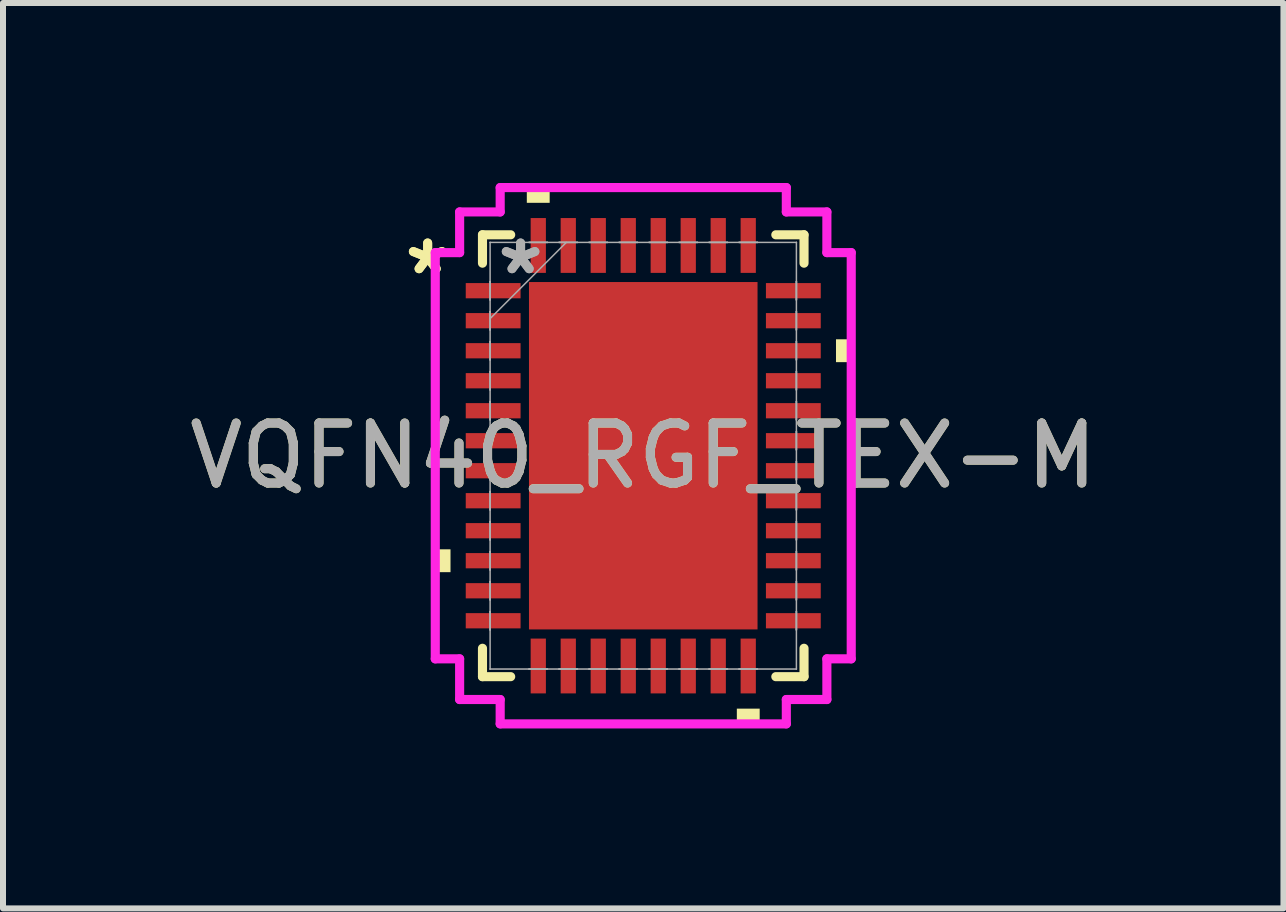
<source format=kicad_pcb>
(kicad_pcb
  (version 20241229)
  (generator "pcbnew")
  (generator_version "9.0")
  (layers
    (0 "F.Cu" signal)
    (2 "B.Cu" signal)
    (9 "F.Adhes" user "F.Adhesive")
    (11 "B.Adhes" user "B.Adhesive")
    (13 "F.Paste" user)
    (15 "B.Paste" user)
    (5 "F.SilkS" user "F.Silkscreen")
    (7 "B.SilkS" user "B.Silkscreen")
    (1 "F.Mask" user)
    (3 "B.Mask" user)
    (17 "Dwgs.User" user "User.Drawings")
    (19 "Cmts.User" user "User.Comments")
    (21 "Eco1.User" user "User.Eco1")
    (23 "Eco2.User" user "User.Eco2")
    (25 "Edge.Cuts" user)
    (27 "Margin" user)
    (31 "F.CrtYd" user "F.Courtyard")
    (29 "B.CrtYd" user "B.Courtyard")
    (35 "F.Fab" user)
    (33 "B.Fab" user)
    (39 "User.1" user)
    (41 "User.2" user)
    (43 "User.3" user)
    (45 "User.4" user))
  (footprint "VQFN40_RGF_TEX-M"
    (layer "F.Cu")
    (at 7.673 4.547)
    (property "Reference" "VQFN40_RGF_TEX-M" (at 0 0 0) (unlocked yes) (layer "F.SilkS") (effects (font (size 1 1) (thickness 0.15))))
    (attr smd)
    (fp_line (start -2.68 -3.683) (end -2.68 -3.21) (stroke (width 0.152) (type solid)) (layer "F.SilkS"))
    (fp_line (start -2.68 3.21) (end -2.68 3.683) (stroke (width 0.152) (type solid)) (layer "F.SilkS"))
    (fp_line (start -2.68 3.683) (end -2.21 3.683) (stroke (width 0.152) (type solid)) (layer "F.SilkS"))
    (fp_line (start -2.21 -3.683) (end -2.68 -3.683) (stroke (width 0.152) (type solid)) (layer "F.SilkS"))
    (fp_line (start 2.21 3.683) (end 2.68 3.683) (stroke (width 0.152) (type solid)) (layer "F.SilkS"))
    (fp_line (start 2.68 -3.683) (end 2.21 -3.683) (stroke (width 0.152) (type solid)) (layer "F.SilkS"))
    (fp_line (start 2.68 -3.21) (end 2.68 -3.683) (stroke (width 0.152) (type solid)) (layer "F.SilkS"))
    (fp_line (start 2.68 3.683) (end 2.68 3.21) (stroke (width 0.152) (type solid)) (layer "F.SilkS"))
    (fp_poly (pts (xy -3.467 1.56) (xy -3.467 1.941) (xy -3.213 1.941) (xy -3.213 1.56)) (stroke (width 0) (type solid)) (fill yes) (layer "F.SilkS"))
    (fp_poly (pts (xy -1.941 -4.216) (xy -1.941 -4.47) (xy -1.56 -4.47) (xy -1.56 -4.216)) (stroke (width 0) (type solid)) (fill yes) (layer "F.SilkS"))
    (fp_poly (pts (xy 1.56 4.216) (xy 1.56 4.47) (xy 1.941 4.47) (xy 1.941 4.216)) (stroke (width 0) (type solid)) (fill yes) (layer "F.SilkS"))
    (fp_poly (pts (xy 3.467 -1.941) (xy 3.467 -1.56) (xy 3.213 -1.56) (xy 3.213 -1.941)) (stroke (width 0) (type solid)) (fill yes) (layer "F.SilkS"))
    (fp_poly (pts (xy -1.805 -2.796) (xy -1.805 -1.548) (xy -0.735 -1.548) (xy -0.735 -2.796)) (stroke (width 0) (type solid)) (fill yes) (layer "F.Paste"))
    (fp_poly (pts (xy -1.805 -1.348) (xy -1.805 -0.1) (xy -0.735 -0.1) (xy -0.735 -1.348)) (stroke (width 0) (type solid)) (fill yes) (layer "F.Paste"))
    (fp_poly (pts (xy -1.805 0.1) (xy -1.805 1.348) (xy -0.735 1.348) (xy -0.735 0.1)) (stroke (width 0) (type solid)) (fill yes) (layer "F.Paste"))
    (fp_poly (pts (xy -1.805 1.548) (xy -1.805 2.796) (xy -0.735 2.796) (xy -0.735 1.548)) (stroke (width 0) (type solid)) (fill yes) (layer "F.Paste"))
    (fp_poly (pts (xy -0.535 -2.796) (xy -0.535 -1.548) (xy 0.535 -1.548) (xy 0.535 -2.796)) (stroke (width 0) (type solid)) (fill yes) (layer "F.Paste"))
    (fp_poly (pts (xy -0.535 -1.348) (xy -0.535 -0.1) (xy 0.535 -0.1) (xy 0.535 -1.348)) (stroke (width 0) (type solid)) (fill yes) (layer "F.Paste"))
    (fp_poly (pts (xy -0.535 0.1) (xy -0.535 1.348) (xy 0.535 1.348) (xy 0.535 0.1)) (stroke (width 0) (type solid)) (fill yes) (layer "F.Paste"))
    (fp_poly (pts (xy -0.535 1.548) (xy -0.535 2.796) (xy 0.535 2.796) (xy 0.535 1.548)) (stroke (width 0) (type solid)) (fill yes) (layer "F.Paste"))
    (fp_poly (pts (xy 0.735 -2.796) (xy 0.735 -1.548) (xy 1.805 -1.548) (xy 1.805 -2.796)) (stroke (width 0) (type solid)) (fill yes) (layer "F.Paste"))
    (fp_poly (pts (xy 0.735 -1.348) (xy 0.735 -0.1) (xy 1.805 -0.1) (xy 1.805 -1.348)) (stroke (width 0) (type solid)) (fill yes) (layer "F.Paste"))
    (fp_poly (pts (xy 0.735 0.1) (xy 0.735 1.348) (xy 1.805 1.348) (xy 1.805 0.1)) (stroke (width 0) (type solid)) (fill yes) (layer "F.Paste"))
    (fp_poly (pts (xy 0.735 1.548) (xy 0.735 2.796) (xy 1.805 2.796) (xy 1.805 1.548)) (stroke (width 0) (type solid)) (fill yes) (layer "F.Paste"))
    (fp_line (start -3.467 -3.386) (end -3.061 -3.386) (stroke (width 0.152) (type solid)) (layer "F.CrtYd"))
    (fp_line (start -3.467 3.386) (end -3.467 -3.386) (stroke (width 0.152) (type solid)) (layer "F.CrtYd"))
    (fp_line (start -3.061 -4.064) (end -2.385 -4.064) (stroke (width 0.152) (type solid)) (layer "F.CrtYd"))
    (fp_line (start -3.061 -3.386) (end -3.061 -4.064) (stroke (width 0.152) (type solid)) (layer "F.CrtYd"))
    (fp_line (start -3.061 3.386) (end -3.467 3.386) (stroke (width 0.152) (type solid)) (layer "F.CrtYd"))
    (fp_line (start -3.061 4.064) (end -3.061 3.386) (stroke (width 0.152) (type solid)) (layer "F.CrtYd"))
    (fp_line (start -2.385 -4.47) (end 2.385 -4.47) (stroke (width 0.152) (type solid)) (layer "F.CrtYd"))
    (fp_line (start -2.385 -4.064) (end -2.385 -4.47) (stroke (width 0.152) (type solid)) (layer "F.CrtYd"))
    (fp_line (start -2.385 4.064) (end -3.061 4.064) (stroke (width 0.152) (type solid)) (layer "F.CrtYd"))
    (fp_line (start -2.385 4.47) (end -2.385 4.064) (stroke (width 0.152) (type solid)) (layer "F.CrtYd"))
    (fp_line (start 2.385 -4.47) (end 2.385 -4.064) (stroke (width 0.152) (type solid)) (layer "F.CrtYd"))
    (fp_line (start 2.385 -4.064) (end 3.061 -4.064) (stroke (width 0.152) (type solid)) (layer "F.CrtYd"))
    (fp_line (start 2.385 4.064) (end 2.385 4.47) (stroke (width 0.152) (type solid)) (layer "F.CrtYd"))
    (fp_line (start 2.385 4.47) (end -2.385 4.47) (stroke (width 0.152) (type solid)) (layer "F.CrtYd"))
    (fp_line (start 3.061 -4.064) (end 3.061 -3.386) (stroke (width 0.152) (type solid)) (layer "F.CrtYd"))
    (fp_line (start 3.061 -3.386) (end 3.467 -3.386) (stroke (width 0.152) (type solid)) (layer "F.CrtYd"))
    (fp_line (start 3.061 3.386) (end 3.061 4.064) (stroke (width 0.152) (type solid)) (layer "F.CrtYd"))
    (fp_line (start 3.061 4.064) (end 2.385 4.064) (stroke (width 0.152) (type solid)) (layer "F.CrtYd"))
    (fp_line (start 3.467 -3.386) (end 3.467 3.386) (stroke (width 0.152) (type solid)) (layer "F.CrtYd"))
    (fp_line (start 3.467 3.386) (end 3.061 3.386) (stroke (width 0.152) (type solid)) (layer "F.CrtYd"))
    (fp_line (start -2.553 -3.556) (end -2.553 -3.556) (stroke (width 0.025) (type solid)) (layer "F.Fab"))
    (fp_line (start -2.553 -3.556) (end -2.553 3.556) (stroke (width 0.025) (type solid)) (layer "F.Fab"))
    (fp_line (start -2.553 -2.903) (end -2.553 -2.903) (stroke (width 0.025) (type solid)) (layer "F.Fab"))
    (fp_line (start -2.553 -2.903) (end -2.553 -2.598) (stroke (width 0.025) (type solid)) (layer "F.Fab"))
    (fp_line (start -2.553 -2.598) (end -2.553 -2.903) (stroke (width 0.025) (type solid)) (layer "F.Fab"))
    (fp_line (start -2.553 -2.598) (end -2.553 -2.598) (stroke (width 0.025) (type solid)) (layer "F.Fab"))
    (fp_line (start -2.553 -2.403) (end -2.553 -2.403) (stroke (width 0.025) (type solid)) (layer "F.Fab"))
    (fp_line (start -2.553 -2.403) (end -2.553 -2.098) (stroke (width 0.025) (type solid)) (layer "F.Fab"))
    (fp_line (start -2.553 -2.286) (end -1.283 -3.556) (stroke (width 0.025) (type solid)) (layer "F.Fab"))
    (fp_line (start -2.553 -2.098) (end -2.553 -2.403) (stroke (width 0.025) (type solid)) (layer "F.Fab"))
    (fp_line (start -2.553 -2.098) (end -2.553 -2.098) (stroke (width 0.025) (type solid)) (layer "F.Fab"))
    (fp_line (start -2.553 -1.903) (end -2.553 -1.903) (stroke (width 0.025) (type solid)) (layer "F.Fab"))
    (fp_line (start -2.553 -1.903) (end -2.553 -1.598) (stroke (width 0.025) (type solid)) (layer "F.Fab"))
    (fp_line (start -2.553 -1.598) (end -2.553 -1.903) (stroke (width 0.025) (type solid)) (layer "F.Fab"))
    (fp_line (start -2.553 -1.598) (end -2.553 -1.598) (stroke (width 0.025) (type solid)) (layer "F.Fab"))
    (fp_line (start -2.553 -1.403) (end -2.553 -1.403) (stroke (width 0.025) (type solid)) (layer "F.Fab"))
    (fp_line (start -2.553 -1.403) (end -2.553 -1.098) (stroke (width 0.025) (type solid)) (layer "F.Fab"))
    (fp_line (start -2.553 -1.098) (end -2.553 -1.403) (stroke (width 0.025) (type solid)) (layer "F.Fab"))
    (fp_line (start -2.553 -1.098) (end -2.553 -1.098) (stroke (width 0.025) (type solid)) (layer "F.Fab"))
    (fp_line (start -2.553 -0.903) (end -2.553 -0.903) (stroke (width 0.025) (type solid)) (layer "F.Fab"))
    (fp_line (start -2.553 -0.903) (end -2.553 -0.598) (stroke (width 0.025) (type solid)) (layer "F.Fab"))
    (fp_line (start -2.553 -0.598) (end -2.553 -0.903) (stroke (width 0.025) (type solid)) (layer "F.Fab"))
    (fp_line (start -2.553 -0.598) (end -2.553 -0.598) (stroke (width 0.025) (type solid)) (layer "F.Fab"))
    (fp_line (start -2.553 -0.402) (end -2.553 -0.402) (stroke (width 0.025) (type solid)) (layer "F.Fab"))
    (fp_line (start -2.553 -0.402) (end -2.553 -0.098) (stroke (width 0.025) (type solid)) (layer "F.Fab"))
    (fp_line (start -2.553 -0.098) (end -2.553 -0.402) (stroke (width 0.025) (type solid)) (layer "F.Fab"))
    (fp_line (start -2.553 -0.098) (end -2.553 -0.098) (stroke (width 0.025) (type solid)) (layer "F.Fab"))
    (fp_line (start -2.553 0.098) (end -2.553 0.098) (stroke (width 0.025) (type solid)) (layer "F.Fab"))
    (fp_line (start -2.553 0.098) (end -2.553 0.402) (stroke (width 0.025) (type solid)) (layer "F.Fab"))
    (fp_line (start -2.553 0.402) (end -2.553 0.098) (stroke (width 0.025) (type solid)) (layer "F.Fab"))
    (fp_line (start -2.553 0.402) (end -2.553 0.402) (stroke (width 0.025) (type solid)) (layer "F.Fab"))
    (fp_line (start -2.553 0.598) (end -2.553 0.598) (stroke (width 0.025) (type solid)) (layer "F.Fab"))
    (fp_line (start -2.553 0.598) (end -2.553 0.903) (stroke (width 0.025) (type solid)) (layer "F.Fab"))
    (fp_line (start -2.553 0.903) (end -2.553 0.598) (stroke (width 0.025) (type solid)) (layer "F.Fab"))
    (fp_line (start -2.553 0.903) (end -2.553 0.903) (stroke (width 0.025) (type solid)) (layer "F.Fab"))
    (fp_line (start -2.553 1.098) (end -2.553 1.098) (stroke (width 0.025) (type solid)) (layer "F.Fab"))
    (fp_line (start -2.553 1.098) (end -2.553 1.403) (stroke (width 0.025) (type solid)) (layer "F.Fab"))
    (fp_line (start -2.553 1.403) (end -2.553 1.098) (stroke (width 0.025) (type solid)) (layer "F.Fab"))
    (fp_line (start -2.553 1.403) (end -2.553 1.403) (stroke (width 0.025) (type solid)) (layer "F.Fab"))
    (fp_line (start -2.553 1.598) (end -2.553 1.598) (stroke (width 0.025) (type solid)) (layer "F.Fab"))
    (fp_line (start -2.553 1.598) (end -2.553 1.903) (stroke (width 0.025) (type solid)) (layer "F.Fab"))
    (fp_line (start -2.553 1.903) (end -2.553 1.598) (stroke (width 0.025) (type solid)) (layer "F.Fab"))
    (fp_line (start -2.553 1.903) (end -2.553 1.903) (stroke (width 0.025) (type solid)) (layer "F.Fab"))
    (fp_line (start -2.553 2.098) (end -2.553 2.098) (stroke (width 0.025) (type solid)) (layer "F.Fab"))
    (fp_line (start -2.553 2.098) (end -2.553 2.403) (stroke (width 0.025) (type solid)) (layer "F.Fab"))
    (fp_line (start -2.553 2.403) (end -2.553 2.098) (stroke (width 0.025) (type solid)) (layer "F.Fab"))
    (fp_line (start -2.553 2.403) (end -2.553 2.403) (stroke (width 0.025) (type solid)) (layer "F.Fab"))
    (fp_line (start -2.553 2.598) (end -2.553 2.598) (stroke (width 0.025) (type solid)) (layer "F.Fab"))
    (fp_line (start -2.553 2.598) (end -2.553 2.903) (stroke (width 0.025) (type solid)) (layer "F.Fab"))
    (fp_line (start -2.553 2.903) (end -2.553 2.598) (stroke (width 0.025) (type solid)) (layer "F.Fab"))
    (fp_line (start -2.553 2.903) (end -2.553 2.903) (stroke (width 0.025) (type solid)) (layer "F.Fab"))
    (fp_line (start -2.553 3.556) (end -2.553 3.556) (stroke (width 0.025) (type solid)) (layer "F.Fab"))
    (fp_line (start -2.553 3.556) (end 2.553 3.556) (stroke (width 0.025) (type solid)) (layer "F.Fab"))
    (fp_line (start -1.903 -3.556) (end -1.903 -3.556) (stroke (width 0.025) (type solid)) (layer "F.Fab"))
    (fp_line (start -1.903 -3.556) (end -1.598 -3.556) (stroke (width 0.025) (type solid)) (layer "F.Fab"))
    (fp_line (start -1.903 3.556) (end -1.903 3.556) (stroke (width 0.025) (type solid)) (layer "F.Fab"))
    (fp_line (start -1.903 3.556) (end -1.598 3.556) (stroke (width 0.025) (type solid)) (layer "F.Fab"))
    (fp_line (start -1.598 -3.556) (end -1.903 -3.556) (stroke (width 0.025) (type solid)) (layer "F.Fab"))
    (fp_line (start -1.598 -3.556) (end -1.598 -3.556) (stroke (width 0.025) (type solid)) (layer "F.Fab"))
    (fp_line (start -1.598 3.556) (end -1.903 3.556) (stroke (width 0.025) (type solid)) (layer "F.Fab"))
    (fp_line (start -1.598 3.556) (end -1.598 3.556) (stroke (width 0.025) (type solid)) (layer "F.Fab"))
    (fp_line (start -1.403 -3.556) (end -1.403 -3.556) (stroke (width 0.025) (type solid)) (layer "F.Fab"))
    (fp_line (start -1.403 -3.556) (end -1.098 -3.556) (stroke (width 0.025) (type solid)) (layer "F.Fab"))
    (fp_line (start -1.403 3.556) (end -1.403 3.556) (stroke (width 0.025) (type solid)) (layer "F.Fab"))
    (fp_line (start -1.403 3.556) (end -1.098 3.556) (stroke (width 0.025) (type solid)) (layer "F.Fab"))
    (fp_line (start -1.098 -3.556) (end -1.403 -3.556) (stroke (width 0.025) (type solid)) (layer "F.Fab"))
    (fp_line (start -1.098 -3.556) (end -1.098 -3.556) (stroke (width 0.025) (type solid)) (layer "F.Fab"))
    (fp_line (start -1.098 3.556) (end -1.403 3.556) (stroke (width 0.025) (type solid)) (layer "F.Fab"))
    (fp_line (start -1.098 3.556) (end -1.098 3.556) (stroke (width 0.025) (type solid)) (layer "F.Fab"))
    (fp_line (start -0.903 -3.556) (end -0.903 -3.556) (stroke (width 0.025) (type solid)) (layer "F.Fab"))
    (fp_line (start -0.903 -3.556) (end -0.598 -3.556) (stroke (width 0.025) (type solid)) (layer "F.Fab"))
    (fp_line (start -0.903 3.556) (end -0.903 3.556) (stroke (width 0.025) (type solid)) (layer "F.Fab"))
    (fp_line (start -0.903 3.556) (end -0.598 3.556) (stroke (width 0.025) (type solid)) (layer "F.Fab"))
    (fp_line (start -0.598 -3.556) (end -0.903 -3.556) (stroke (width 0.025) (type solid)) (layer "F.Fab"))
    (fp_line (start -0.598 -3.556) (end -0.598 -3.556) (stroke (width 0.025) (type solid)) (layer "F.Fab"))
    (fp_line (start -0.598 3.556) (end -0.903 3.556) (stroke (width 0.025) (type solid)) (layer "F.Fab"))
    (fp_line (start -0.598 3.556) (end -0.598 3.556) (stroke (width 0.025) (type solid)) (layer "F.Fab"))
    (fp_line (start -0.402 -3.556) (end -0.402 -3.556) (stroke (width 0.025) (type solid)) (layer "F.Fab"))
    (fp_line (start -0.402 -3.556) (end -0.098 -3.556) (stroke (width 0.025) (type solid)) (layer "F.Fab"))
    (fp_line (start -0.402 3.556) (end -0.402 3.556) (stroke (width 0.025) (type solid)) (layer "F.Fab"))
    (fp_line (start -0.402 3.556) (end -0.098 3.556) (stroke (width 0.025) (type solid)) (layer "F.Fab"))
    (fp_line (start -0.098 -3.556) (end -0.402 -3.556) (stroke (width 0.025) (type solid)) (layer "F.Fab"))
    (fp_line (start -0.098 -3.556) (end -0.098 -3.556) (stroke (width 0.025) (type solid)) (layer "F.Fab"))
    (fp_line (start -0.098 3.556) (end -0.402 3.556) (stroke (width 0.025) (type solid)) (layer "F.Fab"))
    (fp_line (start -0.098 3.556) (end -0.098 3.556) (stroke (width 0.025) (type solid)) (layer "F.Fab"))
    (fp_line (start 0.098 -3.556) (end 0.098 -3.556) (stroke (width 0.025) (type solid)) (layer "F.Fab"))
    (fp_line (start 0.098 -3.556) (end 0.402 -3.556) (stroke (width 0.025) (type solid)) (layer "F.Fab"))
    (fp_line (start 0.098 3.556) (end 0.098 3.556) (stroke (width 0.025) (type solid)) (layer "F.Fab"))
    (fp_line (start 0.098 3.556) (end 0.402 3.556) (stroke (width 0.025) (type solid)) (layer "F.Fab"))
    (fp_line (start 0.402 -3.556) (end 0.098 -3.556) (stroke (width 0.025) (type solid)) (layer "F.Fab"))
    (fp_line (start 0.402 -3.556) (end 0.402 -3.556) (stroke (width 0.025) (type solid)) (layer "F.Fab"))
    (fp_line (start 0.402 3.556) (end 0.098 3.556) (stroke (width 0.025) (type solid)) (layer "F.Fab"))
    (fp_line (start 0.402 3.556) (end 0.402 3.556) (stroke (width 0.025) (type solid)) (layer "F.Fab"))
    (fp_line (start 0.598 -3.556) (end 0.598 -3.556) (stroke (width 0.025) (type solid)) (layer "F.Fab"))
    (fp_line (start 0.598 -3.556) (end 0.903 -3.556) (stroke (width 0.025) (type solid)) (layer "F.Fab"))
    (fp_line (start 0.598 3.556) (end 0.598 3.556) (stroke (width 0.025) (type solid)) (layer "F.Fab"))
    (fp_line (start 0.598 3.556) (end 0.903 3.556) (stroke (width 0.025) (type solid)) (layer "F.Fab"))
    (fp_line (start 0.903 -3.556) (end 0.598 -3.556) (stroke (width 0.025) (type solid)) (layer "F.Fab"))
    (fp_line (start 0.903 -3.556) (end 0.903 -3.556) (stroke (width 0.025) (type solid)) (layer "F.Fab"))
    (fp_line (start 0.903 3.556) (end 0.598 3.556) (stroke (width 0.025) (type solid)) (layer "F.Fab"))
    (fp_line (start 0.903 3.556) (end 0.903 3.556) (stroke (width 0.025) (type solid)) (layer "F.Fab"))
    (fp_line (start 1.098 -3.556) (end 1.098 -3.556) (stroke (width 0.025) (type solid)) (layer "F.Fab"))
    (fp_line (start 1.098 -3.556) (end 1.403 -3.556) (stroke (width 0.025) (type solid)) (layer "F.Fab"))
    (fp_line (start 1.098 3.556) (end 1.098 3.556) (stroke (width 0.025) (type solid)) (layer "F.Fab"))
    (fp_line (start 1.098 3.556) (end 1.403 3.556) (stroke (width 0.025) (type solid)) (layer "F.Fab"))
    (fp_line (start 1.403 -3.556) (end 1.098 -3.556) (stroke (width 0.025) (type solid)) (layer "F.Fab"))
    (fp_line (start 1.403 -3.556) (end 1.403 -3.556) (stroke (width 0.025) (type solid)) (layer "F.Fab"))
    (fp_line (start 1.403 3.556) (end 1.098 3.556) (stroke (width 0.025) (type solid)) (layer "F.Fab"))
    (fp_line (start 1.403 3.556) (end 1.403 3.556) (stroke (width 0.025) (type solid)) (layer "F.Fab"))
    (fp_line (start 1.598 -3.556) (end 1.598 -3.556) (stroke (width 0.025) (type solid)) (layer "F.Fab"))
    (fp_line (start 1.598 -3.556) (end 1.903 -3.556) (stroke (width 0.025) (type solid)) (layer "F.Fab"))
    (fp_line (start 1.598 3.556) (end 1.598 3.556) (stroke (width 0.025) (type solid)) (layer "F.Fab"))
    (fp_line (start 1.598 3.556) (end 1.903 3.556) (stroke (width 0.025) (type solid)) (layer "F.Fab"))
    (fp_line (start 1.903 -3.556) (end 1.598 -3.556) (stroke (width 0.025) (type solid)) (layer "F.Fab"))
    (fp_line (start 1.903 -3.556) (end 1.903 -3.556) (stroke (width 0.025) (type solid)) (layer "F.Fab"))
    (fp_line (start 1.903 3.556) (end 1.598 3.556) (stroke (width 0.025) (type solid)) (layer "F.Fab"))
    (fp_line (start 1.903 3.556) (end 1.903 3.556) (stroke (width 0.025) (type solid)) (layer "F.Fab"))
    (fp_line (start 2.553 -3.556) (end -2.553 -3.556) (stroke (width 0.025) (type solid)) (layer "F.Fab"))
    (fp_line (start 2.553 -3.556) (end 2.553 -3.556) (stroke (width 0.025) (type solid)) (layer "F.Fab"))
    (fp_line (start 2.553 -2.903) (end 2.553 -2.903) (stroke (width 0.025) (type solid)) (layer "F.Fab"))
    (fp_line (start 2.553 -2.903) (end 2.553 -2.598) (stroke (width 0.025) (type solid)) (layer "F.Fab"))
    (fp_line (start 2.553 -2.598) (end 2.553 -2.903) (stroke (width 0.025) (type solid)) (layer "F.Fab"))
    (fp_line (start 2.553 -2.598) (end 2.553 -2.598) (stroke (width 0.025) (type solid)) (layer "F.Fab"))
    (fp_line (start 2.553 -2.403) (end 2.553 -2.403) (stroke (width 0.025) (type solid)) (layer "F.Fab"))
    (fp_line (start 2.553 -2.403) (end 2.553 -2.098) (stroke (width 0.025) (type solid)) (layer "F.Fab"))
    (fp_line (start 2.553 -2.098) (end 2.553 -2.403) (stroke (width 0.025) (type solid)) (layer "F.Fab"))
    (fp_line (start 2.553 -2.098) (end 2.553 -2.098) (stroke (width 0.025) (type solid)) (layer "F.Fab"))
    (fp_line (start 2.553 -1.903) (end 2.553 -1.903) (stroke (width 0.025) (type solid)) (layer "F.Fab"))
    (fp_line (start 2.553 -1.903) (end 2.553 -1.598) (stroke (width 0.025) (type solid)) (layer "F.Fab"))
    (fp_line (start 2.553 -1.598) (end 2.553 -1.903) (stroke (width 0.025) (type solid)) (layer "F.Fab"))
    (fp_line (start 2.553 -1.598) (end 2.553 -1.598) (stroke (width 0.025) (type solid)) (layer "F.Fab"))
    (fp_line (start 2.553 -1.403) (end 2.553 -1.403) (stroke (width 0.025) (type solid)) (layer "F.Fab"))
    (fp_line (start 2.553 -1.403) (end 2.553 -1.098) (stroke (width 0.025) (type solid)) (layer "F.Fab"))
    (fp_line (start 2.553 -1.098) (end 2.553 -1.403) (stroke (width 0.025) (type solid)) (layer "F.Fab"))
    (fp_line (start 2.553 -1.098) (end 2.553 -1.098) (stroke (width 0.025) (type solid)) (layer "F.Fab"))
    (fp_line (start 2.553 -0.903) (end 2.553 -0.903) (stroke (width 0.025) (type solid)) (layer "F.Fab"))
    (fp_line (start 2.553 -0.903) (end 2.553 -0.598) (stroke (width 0.025) (type solid)) (layer "F.Fab"))
    (fp_line (start 2.553 -0.598) (end 2.553 -0.903) (stroke (width 0.025) (type solid)) (layer "F.Fab"))
    (fp_line (start 2.553 -0.598) (end 2.553 -0.598) (stroke (width 0.025) (type solid)) (layer "F.Fab"))
    (fp_line (start 2.553 -0.402) (end 2.553 -0.402) (stroke (width 0.025) (type solid)) (layer "F.Fab"))
    (fp_line (start 2.553 -0.402) (end 2.553 -0.098) (stroke (width 0.025) (type solid)) (layer "F.Fab"))
    (fp_line (start 2.553 -0.098) (end 2.553 -0.402) (stroke (width 0.025) (type solid)) (layer "F.Fab"))
    (fp_line (start 2.553 -0.098) (end 2.553 -0.098) (stroke (width 0.025) (type solid)) (layer "F.Fab"))
    (fp_line (start 2.553 0.098) (end 2.553 0.098) (stroke (width 0.025) (type solid)) (layer "F.Fab"))
    (fp_line (start 2.553 0.098) (end 2.553 0.402) (stroke (width 0.025) (type solid)) (layer "F.Fab"))
    (fp_line (start 2.553 0.402) (end 2.553 0.098) (stroke (width 0.025) (type solid)) (layer "F.Fab"))
    (fp_line (start 2.553 0.402) (end 2.553 0.402) (stroke (width 0.025) (type solid)) (layer "F.Fab"))
    (fp_line (start 2.553 0.598) (end 2.553 0.598) (stroke (width 0.025) (type solid)) (layer "F.Fab"))
    (fp_line (start 2.553 0.598) (end 2.553 0.903) (stroke (width 0.025) (type solid)) (layer "F.Fab"))
    (fp_line (start 2.553 0.903) (end 2.553 0.598) (stroke (width 0.025) (type solid)) (layer "F.Fab"))
    (fp_line (start 2.553 0.903) (end 2.553 0.903) (stroke (width 0.025) (type solid)) (layer "F.Fab"))
    (fp_line (start 2.553 1.098) (end 2.553 1.098) (stroke (width 0.025) (type solid)) (layer "F.Fab"))
    (fp_line (start 2.553 1.098) (end 2.553 1.403) (stroke (width 0.025) (type solid)) (layer "F.Fab"))
    (fp_line (start 2.553 1.403) (end 2.553 1.098) (stroke (width 0.025) (type solid)) (layer "F.Fab"))
    (fp_line (start 2.553 1.403) (end 2.553 1.403) (stroke (width 0.025) (type solid)) (layer "F.Fab"))
    (fp_line (start 2.553 1.598) (end 2.553 1.598) (stroke (width 0.025) (type solid)) (layer "F.Fab"))
    (fp_line (start 2.553 1.598) (end 2.553 1.903) (stroke (width 0.025) (type solid)) (layer "F.Fab"))
    (fp_line (start 2.553 1.903) (end 2.553 1.598) (stroke (width 0.025) (type solid)) (layer "F.Fab"))
    (fp_line (start 2.553 1.903) (end 2.553 1.903) (stroke (width 0.025) (type solid)) (layer "F.Fab"))
    (fp_line (start 2.553 2.098) (end 2.553 2.098) (stroke (width 0.025) (type solid)) (layer "F.Fab"))
    (fp_line (start 2.553 2.098) (end 2.553 2.403) (stroke (width 0.025) (type solid)) (layer "F.Fab"))
    (fp_line (start 2.553 2.403) (end 2.553 2.098) (stroke (width 0.025) (type solid)) (layer "F.Fab"))
    (fp_line (start 2.553 2.403) (end 2.553 2.403) (stroke (width 0.025) (type solid)) (layer "F.Fab"))
    (fp_line (start 2.553 2.598) (end 2.553 2.598) (stroke (width 0.025) (type solid)) (layer "F.Fab"))
    (fp_line (start 2.553 2.598) (end 2.553 2.903) (stroke (width 0.025) (type solid)) (layer "F.Fab"))
    (fp_line (start 2.553 2.903) (end 2.553 2.598) (stroke (width 0.025) (type solid)) (layer "F.Fab"))
    (fp_line (start 2.553 2.903) (end 2.553 2.903) (stroke (width 0.025) (type solid)) (layer "F.Fab"))
    (fp_line (start 2.553 3.556) (end 2.553 -3.556) (stroke (width 0.025) (type solid)) (layer "F.Fab"))
    (fp_line (start 2.553 3.556) (end 2.553 3.556) (stroke (width 0.025) (type solid)) (layer "F.Fab"))
    (fp_text user "*" (at -3.594 -3.001 0) (layer "F.SilkS") (effects (font (size 1 1) (thickness 0.15))))
    (fp_text user "*" (at -3.594 -3.001 0) (unlocked yes) (layer "F.SilkS") (effects (font (size 1 1) (thickness 0.15))))
    (fp_text user "*" (at -2.045 -3.001 0) (unlocked yes) (layer "F.Fab") (effects (font (size 1 1) (thickness 0.15))))
    (fp_text user "${REFERENCE}" (at 0 0 0) (unlocked yes) (layer "F.Fab") (effects (font (size 1 1) (thickness 0.15))))
    (fp_text user "*" (at -2.045 -3.001 0) (layer "F.Fab") (effects (font (size 1 1) (thickness 0.15))))
    (pad "1" smd rect (at -2.502 -2.751 90) (size 0.254 0.914) (layers "F.Cu" "F.Mask" "F.Paste"))
    (pad "2" smd rect (at -2.502 -2.251 90) (size 0.254 0.914) (layers "F.Cu" "F.Mask" "F.Paste"))
    (pad "3" smd rect (at -2.502 -1.75 90) (size 0.254 0.914) (layers "F.Cu" "F.Mask" "F.Paste"))
    (pad "4" smd rect (at -2.502 -1.25 90) (size 0.254 0.914) (layers "F.Cu" "F.Mask" "F.Paste"))
    (pad "5" smd rect (at -2.502 -0.75 90) (size 0.254 0.914) (layers "F.Cu" "F.Mask" "F.Paste"))
    (pad "6" smd rect (at -2.502 -0.25 90) (size 0.254 0.914) (layers "F.Cu" "F.Mask" "F.Paste"))
    (pad "7" smd rect (at -2.502 0.25 90) (size 0.254 0.914) (layers "F.Cu" "F.Mask" "F.Paste"))
    (pad "8" smd rect (at -2.502 0.75 90) (size 0.254 0.914) (layers "F.Cu" "F.Mask" "F.Paste"))
    (pad "9" smd rect (at -2.502 1.25 90) (size 0.254 0.914) (layers "F.Cu" "F.Mask" "F.Paste"))
    (pad "10" smd rect (at -2.502 1.75 90) (size 0.254 0.914) (layers "F.Cu" "F.Mask" "F.Paste"))
    (pad "11" smd rect (at -2.502 2.251 90) (size 0.254 0.914) (layers "F.Cu" "F.Mask" "F.Paste"))
    (pad "12" smd rect (at -2.502 2.751 90) (size 0.254 0.914) (layers "F.Cu" "F.Mask" "F.Paste"))
    (pad "13" smd rect (at -1.75 3.505) (size 0.254 0.914) (layers "F.Cu" "F.Mask" "F.Paste"))
    (pad "14" smd rect (at -1.25 3.505) (size 0.254 0.914) (layers "F.Cu" "F.Mask" "F.Paste"))
    (pad "15" smd rect (at -0.75 3.505) (size 0.254 0.914) (layers "F.Cu" "F.Mask" "F.Paste"))
    (pad "16" smd rect (at -0.25 3.505) (size 0.254 0.914) (layers "F.Cu" "F.Mask" "F.Paste"))
    (pad "17" smd rect (at 0.25 3.505) (size 0.254 0.914) (layers "F.Cu" "F.Mask" "F.Paste"))
    (pad "18" smd rect (at 0.75 3.505) (size 0.254 0.914) (layers "F.Cu" "F.Mask" "F.Paste"))
    (pad "19" smd rect (at 1.25 3.505) (size 0.254 0.914) (layers "F.Cu" "F.Mask" "F.Paste"))
    (pad "20" smd rect (at 1.75 3.505) (size 0.254 0.914) (layers "F.Cu" "F.Mask" "F.Paste"))
    (pad "21" smd rect (at 2.502 2.751 90) (size 0.254 0.914) (layers "F.Cu" "F.Mask" "F.Paste"))
    (pad "22" smd rect (at 2.502 2.251 90) (size 0.254 0.914) (layers "F.Cu" "F.Mask" "F.Paste"))
    (pad "23" smd rect (at 2.502 1.75 90) (size 0.254 0.914) (layers "F.Cu" "F.Mask" "F.Paste"))
    (pad "24" smd rect (at 2.502 1.25 90) (size 0.254 0.914) (layers "F.Cu" "F.Mask" "F.Paste"))
    (pad "25" smd rect (at 2.502 0.75 90) (size 0.254 0.914) (layers "F.Cu" "F.Mask" "F.Paste"))
    (pad "26" smd rect (at 2.502 0.25 90) (size 0.254 0.914) (layers "F.Cu" "F.Mask" "F.Paste"))
    (pad "27" smd rect (at 2.502 -0.25 90) (size 0.254 0.914) (layers "F.Cu" "F.Mask" "F.Paste"))
    (pad "28" smd rect (at 2.502 -0.75 90) (size 0.254 0.914) (layers "F.Cu" "F.Mask" "F.Paste"))
    (pad "29" smd rect (at 2.502 -1.25 90) (size 0.254 0.914) (layers "F.Cu" "F.Mask" "F.Paste"))
    (pad "30" smd rect (at 2.502 -1.75 90) (size 0.254 0.914) (layers "F.Cu" "F.Mask" "F.Paste"))
    (pad "31" smd rect (at 2.502 -2.251 90) (size 0.254 0.914) (layers "F.Cu" "F.Mask" "F.Paste"))
    (pad "32" smd rect (at 2.502 -2.751 90) (size 0.254 0.914) (layers "F.Cu" "F.Mask" "F.Paste"))
    (pad "33" smd rect (at 1.75 -3.505) (size 0.254 0.914) (layers "F.Cu" "F.Mask" "F.Paste"))
    (pad "34" smd rect (at 1.25 -3.505) (size 0.254 0.914) (layers "F.Cu" "F.Mask" "F.Paste"))
    (pad "35" smd rect (at 0.75 -3.505) (size 0.254 0.914) (layers "F.Cu" "F.Mask" "F.Paste"))
    (pad "36" smd rect (at 0.25 -3.505) (size 0.254 0.914) (layers "F.Cu" "F.Mask" "F.Paste"))
    (pad "37" smd rect (at -0.25 -3.505) (size 0.254 0.914) (layers "F.Cu" "F.Mask" "F.Paste"))
    (pad "38" smd rect (at -0.75 -3.505) (size 0.254 0.914) (layers "F.Cu" "F.Mask" "F.Paste"))
    (pad "39" smd rect (at -1.25 -3.505) (size 0.254 0.914) (layers "F.Cu" "F.Mask" "F.Paste"))
    (pad "40" smd rect (at -1.75 -3.505) (size 0.254 0.914) (layers "F.Cu" "F.Mask" "F.Paste"))
    (pad "41" smd rect (at 0 0) (size 3.81 5.791) (layers "F.Cu" "F.Mask" "F.Paste")))
  (gr_rect
    (start -3 -3)
    (end 18.345 12.093)
    (stroke (width 0.1) (type default))
    (fill no)
    (layer "Edge.Cuts")))
</source>
